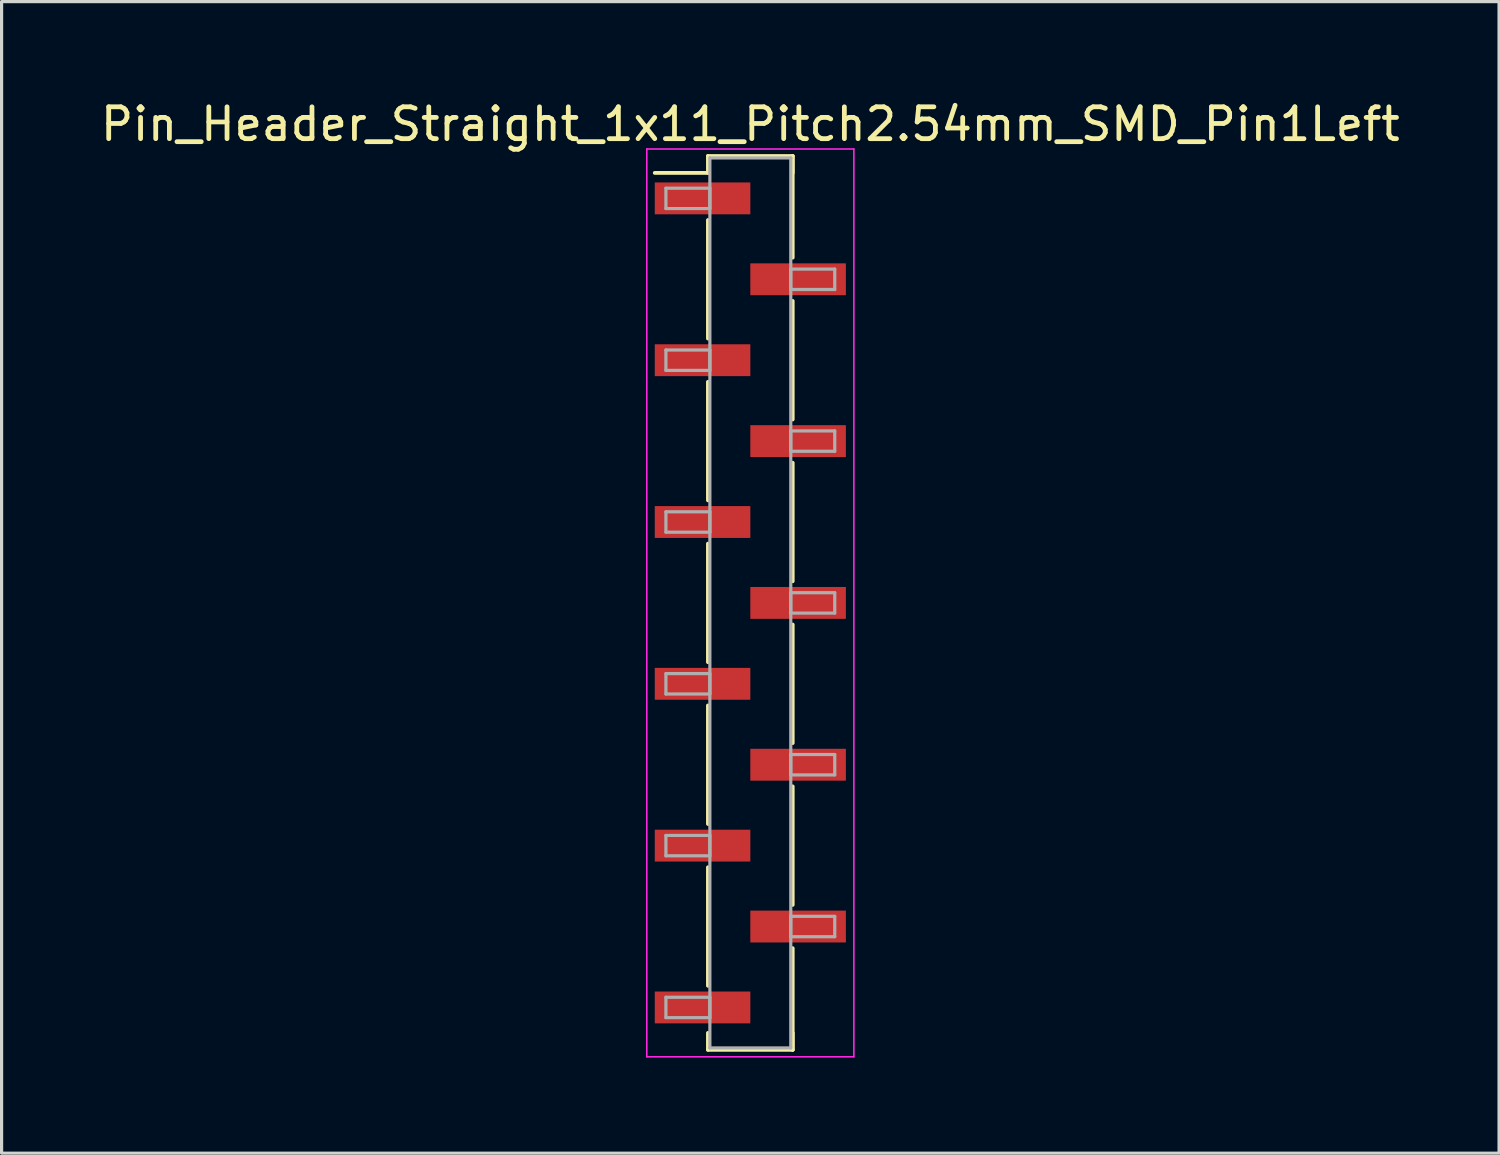
<source format=kicad_pcb>
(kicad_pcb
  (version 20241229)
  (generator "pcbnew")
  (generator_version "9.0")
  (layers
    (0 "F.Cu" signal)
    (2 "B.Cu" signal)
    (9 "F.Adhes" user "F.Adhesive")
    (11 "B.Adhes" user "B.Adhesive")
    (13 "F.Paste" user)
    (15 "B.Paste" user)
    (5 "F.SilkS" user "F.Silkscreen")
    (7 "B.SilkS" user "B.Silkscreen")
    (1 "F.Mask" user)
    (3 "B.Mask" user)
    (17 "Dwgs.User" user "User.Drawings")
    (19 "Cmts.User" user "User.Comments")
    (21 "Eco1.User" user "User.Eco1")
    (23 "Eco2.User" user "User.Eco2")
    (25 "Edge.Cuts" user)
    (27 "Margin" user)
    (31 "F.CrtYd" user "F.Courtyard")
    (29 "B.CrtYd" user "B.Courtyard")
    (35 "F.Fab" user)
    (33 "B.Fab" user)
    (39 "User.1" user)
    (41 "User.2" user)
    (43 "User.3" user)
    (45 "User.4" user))
  (footprint "Pin_Header_Straight_1x11_Pitch2.54mm_SMD_Pin1Left"
    (layer "F.Cu")
    (at 20.506 15.878)
    (property "Reference" "Pin_Header_Straight_1x11_Pitch2.54mm_SMD_Pin1Left" (at 0 -15.03 0) (layer "F.SilkS") (effects (font (size 1 1) (thickness 0.15))))
    (attr smd)
    (fp_line (start -1.33 -14.03) (end 1.33 -14.03) (stroke (width 0.12) (type solid)) (layer "F.SilkS"))
    (fp_line (start -1.33 -13.5) (end -3 -13.5) (stroke (width 0.12) (type solid)) (layer "F.SilkS"))
    (fp_line (start -1.33 -13.5) (end -1.33 -14.03) (stroke (width 0.12) (type solid)) (layer "F.SilkS"))
    (fp_line (start -1.33 -12.02) (end -1.33 -8.3) (stroke (width 0.12) (type solid)) (layer "F.SilkS"))
    (fp_line (start -1.33 -6.94) (end -1.33 -3.22) (stroke (width 0.12) (type solid)) (layer "F.SilkS"))
    (fp_line (start -1.33 -1.86) (end -1.33 1.86) (stroke (width 0.12) (type solid)) (layer "F.SilkS"))
    (fp_line (start -1.33 3.22) (end -1.33 6.94) (stroke (width 0.12) (type solid)) (layer "F.SilkS"))
    (fp_line (start -1.33 8.3) (end -1.33 12.02) (stroke (width 0.12) (type solid)) (layer "F.SilkS"))
    (fp_line (start -1.33 13.5) (end -1.33 14.03) (stroke (width 0.12) (type solid)) (layer "F.SilkS"))
    (fp_line (start -1.33 14.03) (end 1.33 14.03) (stroke (width 0.12) (type solid)) (layer "F.SilkS"))
    (fp_line (start 1.33 -14.03) (end 1.33 -13.5) (stroke (width 0.12) (type solid)) (layer "F.SilkS"))
    (fp_line (start 1.33 -14.03) (end 1.33 -10.84) (stroke (width 0.12) (type solid)) (layer "F.SilkS"))
    (fp_line (start 1.33 -9.48) (end 1.33 -5.76) (stroke (width 0.12) (type solid)) (layer "F.SilkS"))
    (fp_line (start 1.33 -4.4) (end 1.33 -0.68) (stroke (width 0.12) (type solid)) (layer "F.SilkS"))
    (fp_line (start 1.33 0.68) (end 1.33 4.4) (stroke (width 0.12) (type solid)) (layer "F.SilkS"))
    (fp_line (start 1.33 5.76) (end 1.33 9.48) (stroke (width 0.12) (type solid)) (layer "F.SilkS"))
    (fp_line (start 1.33 10.84) (end 1.33 14.03) (stroke (width 0.12) (type solid)) (layer "F.SilkS"))
    (fp_line (start 1.33 14.03) (end 1.33 13.5) (stroke (width 0.12) (type solid)) (layer "F.SilkS"))
    (fp_line (start -3.25 -14.25) (end -3.25 14.25) (stroke (width 0.05) (type solid)) (layer "F.CrtYd"))
    (fp_line (start -3.25 14.25) (end 3.25 14.25) (stroke (width 0.05) (type solid)) (layer "F.CrtYd"))
    (fp_line (start 3.25 -14.25) (end -3.25 -14.25) (stroke (width 0.05) (type solid)) (layer "F.CrtYd"))
    (fp_line (start 3.25 14.25) (end 3.25 -14.25) (stroke (width 0.05) (type solid)) (layer "F.CrtYd"))
    (fp_line (start -2.65 -13.02) (end -1.27 -13.02) (stroke (width 0.1) (type solid)) (layer "F.Fab"))
    (fp_line (start -2.65 -12.38) (end -2.65 -13.02) (stroke (width 0.1) (type solid)) (layer "F.Fab"))
    (fp_line (start -2.65 -7.94) (end -1.27 -7.94) (stroke (width 0.1) (type solid)) (layer "F.Fab"))
    (fp_line (start -2.65 -7.3) (end -2.65 -7.94) (stroke (width 0.1) (type solid)) (layer "F.Fab"))
    (fp_line (start -2.65 -2.86) (end -1.27 -2.86) (stroke (width 0.1) (type solid)) (layer "F.Fab"))
    (fp_line (start -2.65 -2.22) (end -2.65 -2.86) (stroke (width 0.1) (type solid)) (layer "F.Fab"))
    (fp_line (start -2.65 2.22) (end -1.27 2.22) (stroke (width 0.1) (type solid)) (layer "F.Fab"))
    (fp_line (start -2.65 2.86) (end -2.65 2.22) (stroke (width 0.1) (type solid)) (layer "F.Fab"))
    (fp_line (start -2.65 7.3) (end -1.27 7.3) (stroke (width 0.1) (type solid)) (layer "F.Fab"))
    (fp_line (start -2.65 7.94) (end -2.65 7.3) (stroke (width 0.1) (type solid)) (layer "F.Fab"))
    (fp_line (start -2.65 12.38) (end -1.27 12.38) (stroke (width 0.1) (type solid)) (layer "F.Fab"))
    (fp_line (start -2.65 13.02) (end -2.65 12.38) (stroke (width 0.1) (type solid)) (layer "F.Fab"))
    (fp_line (start -1.27 -13.97) (end -1.27 13.97) (stroke (width 0.1) (type solid)) (layer "F.Fab"))
    (fp_line (start -1.27 -13.02) (end -1.27 -12.38) (stroke (width 0.1) (type solid)) (layer "F.Fab"))
    (fp_line (start -1.27 -12.38) (end -2.65 -12.38) (stroke (width 0.1) (type solid)) (layer "F.Fab"))
    (fp_line (start -1.27 -7.94) (end -1.27 -7.3) (stroke (width 0.1) (type solid)) (layer "F.Fab"))
    (fp_line (start -1.27 -7.3) (end -2.65 -7.3) (stroke (width 0.1) (type solid)) (layer "F.Fab"))
    (fp_line (start -1.27 -2.86) (end -1.27 -2.22) (stroke (width 0.1) (type solid)) (layer "F.Fab"))
    (fp_line (start -1.27 -2.22) (end -2.65 -2.22) (stroke (width 0.1) (type solid)) (layer "F.Fab"))
    (fp_line (start -1.27 2.22) (end -1.27 2.86) (stroke (width 0.1) (type solid)) (layer "F.Fab"))
    (fp_line (start -1.27 2.86) (end -2.65 2.86) (stroke (width 0.1) (type solid)) (layer "F.Fab"))
    (fp_line (start -1.27 7.3) (end -1.27 7.94) (stroke (width 0.1) (type solid)) (layer "F.Fab"))
    (fp_line (start -1.27 7.94) (end -2.65 7.94) (stroke (width 0.1) (type solid)) (layer "F.Fab"))
    (fp_line (start -1.27 12.38) (end -1.27 13.02) (stroke (width 0.1) (type solid)) (layer "F.Fab"))
    (fp_line (start -1.27 13.02) (end -2.65 13.02) (stroke (width 0.1) (type solid)) (layer "F.Fab"))
    (fp_line (start -1.27 13.97) (end 1.27 13.97) (stroke (width 0.1) (type solid)) (layer "F.Fab"))
    (fp_line (start 1.27 -13.97) (end -1.27 -13.97) (stroke (width 0.1) (type solid)) (layer "F.Fab"))
    (fp_line (start 1.27 -10.48) (end 1.27 -9.84) (stroke (width 0.1) (type solid)) (layer "F.Fab"))
    (fp_line (start 1.27 -9.84) (end 2.65 -9.84) (stroke (width 0.1) (type solid)) (layer "F.Fab"))
    (fp_line (start 1.27 -5.4) (end 1.27 -4.76) (stroke (width 0.1) (type solid)) (layer "F.Fab"))
    (fp_line (start 1.27 -4.76) (end 2.65 -4.76) (stroke (width 0.1) (type solid)) (layer "F.Fab"))
    (fp_line (start 1.27 -0.32) (end 1.27 0.32) (stroke (width 0.1) (type solid)) (layer "F.Fab"))
    (fp_line (start 1.27 0.32) (end 2.65 0.32) (stroke (width 0.1) (type solid)) (layer "F.Fab"))
    (fp_line (start 1.27 4.76) (end 1.27 5.4) (stroke (width 0.1) (type solid)) (layer "F.Fab"))
    (fp_line (start 1.27 5.4) (end 2.65 5.4) (stroke (width 0.1) (type solid)) (layer "F.Fab"))
    (fp_line (start 1.27 9.84) (end 1.27 10.48) (stroke (width 0.1) (type solid)) (layer "F.Fab"))
    (fp_line (start 1.27 10.48) (end 2.65 10.48) (stroke (width 0.1) (type solid)) (layer "F.Fab"))
    (fp_line (start 1.27 13.97) (end 1.27 -13.97) (stroke (width 0.1) (type solid)) (layer "F.Fab"))
    (fp_line (start 2.65 -10.48) (end 1.27 -10.48) (stroke (width 0.1) (type solid)) (layer "F.Fab"))
    (fp_line (start 2.65 -9.84) (end 2.65 -10.48) (stroke (width 0.1) (type solid)) (layer "F.Fab"))
    (fp_line (start 2.65 -5.4) (end 1.27 -5.4) (stroke (width 0.1) (type solid)) (layer "F.Fab"))
    (fp_line (start 2.65 -4.76) (end 2.65 -5.4) (stroke (width 0.1) (type solid)) (layer "F.Fab"))
    (fp_line (start 2.65 -0.32) (end 1.27 -0.32) (stroke (width 0.1) (type solid)) (layer "F.Fab"))
    (fp_line (start 2.65 0.32) (end 2.65 -0.32) (stroke (width 0.1) (type solid)) (layer "F.Fab"))
    (fp_line (start 2.65 4.76) (end 1.27 4.76) (stroke (width 0.1) (type solid)) (layer "F.Fab"))
    (fp_line (start 2.65 5.4) (end 2.65 4.76) (stroke (width 0.1) (type solid)) (layer "F.Fab"))
    (fp_line (start 2.65 9.84) (end 1.27 9.84) (stroke (width 0.1) (type solid)) (layer "F.Fab"))
    (fp_line (start 2.65 10.48) (end 2.65 9.84) (stroke (width 0.1) (type solid)) (layer "F.Fab"))
    (pad "1" smd rect (at -1.5 -12.7) (size 3 1) (layers "F.Cu" "F.Mask"))
    (pad "2" smd rect (at 1.5 -10.16) (size 3 1) (layers "F.Cu" "F.Mask"))
    (pad "3" smd rect (at -1.5 -7.62) (size 3 1) (layers "F.Cu" "F.Mask"))
    (pad "4" smd rect (at 1.5 -5.08) (size 3 1) (layers "F.Cu" "F.Mask"))
    (pad "5" smd rect (at -1.5 -2.54) (size 3 1) (layers "F.Cu" "F.Mask"))
    (pad "6" smd rect (at 1.5 0) (size 3 1) (layers "F.Cu" "F.Mask"))
    (pad "7" smd rect (at -1.5 2.54) (size 3 1) (layers "F.Cu" "F.Mask"))
    (pad "8" smd rect (at 1.5 5.08) (size 3 1) (layers "F.Cu" "F.Mask"))
    (pad "9" smd rect (at -1.5 7.62) (size 3 1) (layers "F.Cu" "F.Mask"))
    (pad "10" smd rect (at 1.5 10.16) (size 3 1) (layers "F.Cu" "F.Mask"))
    (pad "11" smd rect (at -1.5 12.7) (size 3 1) (layers "F.Cu" "F.Mask")))
  (gr_rect
    (start -3 -3)
    (end 44.012 33.153)
    (stroke (width 0.1) (type default))
    (fill no)
    (layer "Edge.Cuts")))
</source>
